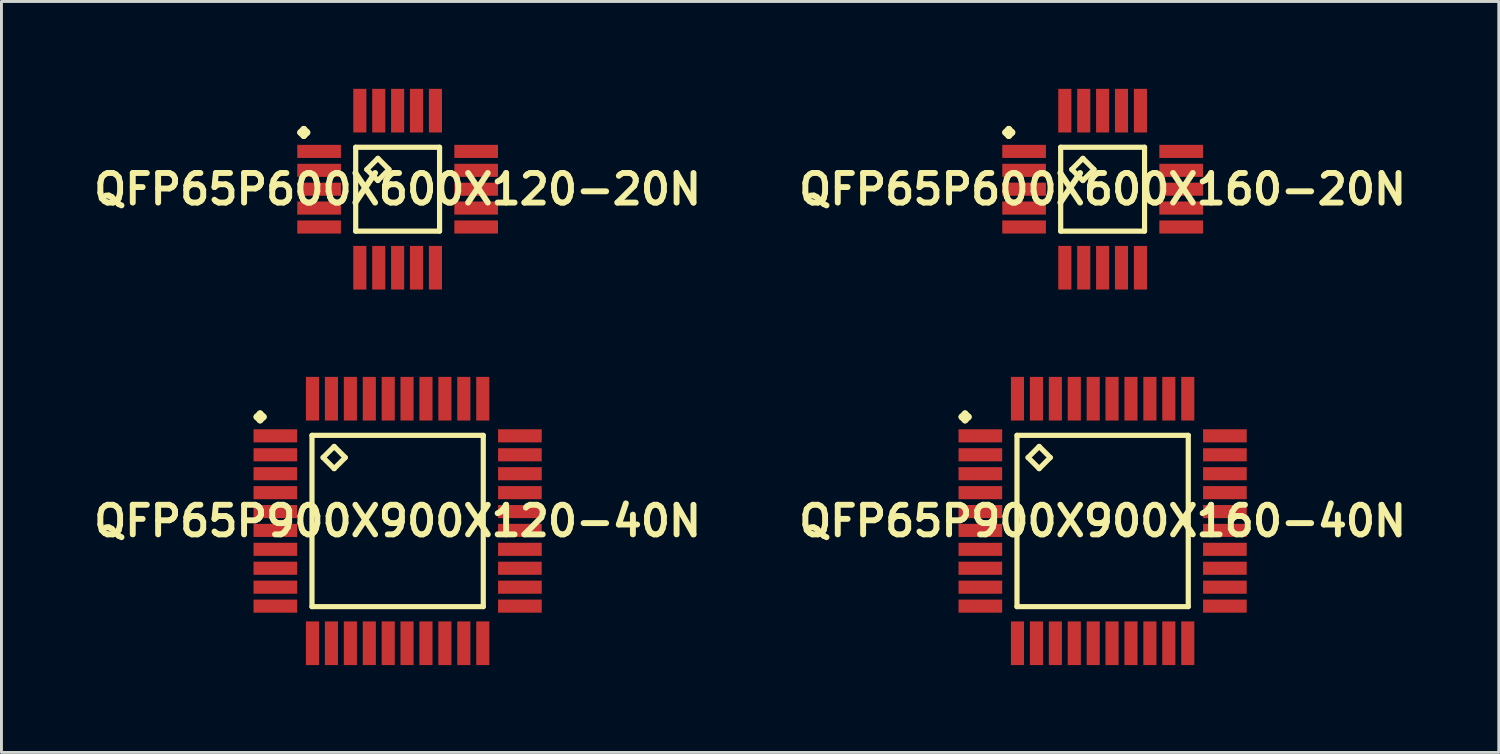
<source format=kicad_pcb>
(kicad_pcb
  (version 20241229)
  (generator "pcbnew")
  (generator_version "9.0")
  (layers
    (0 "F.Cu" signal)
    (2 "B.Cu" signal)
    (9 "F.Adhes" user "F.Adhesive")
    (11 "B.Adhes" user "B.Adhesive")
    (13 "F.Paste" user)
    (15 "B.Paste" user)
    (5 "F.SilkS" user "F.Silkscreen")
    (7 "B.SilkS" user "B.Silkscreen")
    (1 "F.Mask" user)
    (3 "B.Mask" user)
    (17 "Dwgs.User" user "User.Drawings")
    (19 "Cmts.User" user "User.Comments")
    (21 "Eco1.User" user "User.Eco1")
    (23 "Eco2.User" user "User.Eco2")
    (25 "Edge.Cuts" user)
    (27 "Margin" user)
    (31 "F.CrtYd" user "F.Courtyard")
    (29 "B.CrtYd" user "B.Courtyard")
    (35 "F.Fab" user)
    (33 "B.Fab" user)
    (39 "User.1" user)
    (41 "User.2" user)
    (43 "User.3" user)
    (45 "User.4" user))
  (footprint "QFP65P900X900X160-40N"
    (layer "F.Cu")
    (at 34.815 14.841)
    (property "Reference" "QFP65P900X900X160-40N" (at 0 0 0) (layer "F.SilkS") (effects (font (size 1.016 1.016) (thickness 0.203))))
    (attr smd)
    (fp_line (start -4.836 -3.574) (end -4.724 -3.686) (stroke (width 0.224) (type solid)) (layer "F.SilkS"))
    (fp_line (start -4.724 -3.686) (end -4.61 -3.574) (stroke (width 0.224) (type solid)) (layer "F.SilkS"))
    (fp_line (start -4.724 -3.462) (end -4.836 -3.574) (stroke (width 0.224) (type solid)) (layer "F.SilkS"))
    (fp_line (start -4.61 -3.574) (end -4.724 -3.462) (stroke (width 0.224) (type solid)) (layer "F.SilkS"))
    (fp_line (start -2.941 -2.941) (end -2.941 2.941) (stroke (width 0.178) (type solid)) (layer "F.SilkS"))
    (fp_line (start -2.941 2.941) (end 2.941 2.941) (stroke (width 0.178) (type solid)) (layer "F.SilkS"))
    (fp_line (start -2.56 -2.179) (end -2.179 -2.56) (stroke (width 0.178) (type solid)) (layer "F.SilkS"))
    (fp_line (start -2.179 -2.56) (end -1.798 -2.179) (stroke (width 0.178) (type solid)) (layer "F.SilkS"))
    (fp_line (start -2.179 -1.798) (end -2.56 -2.179) (stroke (width 0.178) (type solid)) (layer "F.SilkS"))
    (fp_line (start -1.798 -2.179) (end -2.179 -1.798) (stroke (width 0.178) (type solid)) (layer "F.SilkS"))
    (fp_line (start 2.941 -2.941) (end -2.941 -2.941) (stroke (width 0.178) (type solid)) (layer "F.SilkS"))
    (fp_line (start 2.941 2.941) (end 2.941 -2.941) (stroke (width 0.178) (type solid)) (layer "F.SilkS"))
    (pad "1" smd rect (at -4.199 -2.924) (size 1.499 0.45) (layers "F.Cu" "F.Mask" "F.Paste"))
    (pad "2" smd rect (at -4.199 -2.273) (size 1.499 0.45) (layers "F.Cu" "F.Mask" "F.Paste"))
    (pad "3" smd rect (at -4.199 -1.623) (size 1.499 0.45) (layers "F.Cu" "F.Mask" "F.Paste"))
    (pad "4" smd rect (at -4.199 -0.973) (size 1.499 0.45) (layers "F.Cu" "F.Mask" "F.Paste"))
    (pad "5" smd rect (at -4.199 -0.323) (size 1.499 0.45) (layers "F.Cu" "F.Mask" "F.Paste"))
    (pad "6" smd rect (at -4.199 0.323) (size 1.499 0.45) (layers "F.Cu" "F.Mask" "F.Paste"))
    (pad "7" smd rect (at -4.199 0.973) (size 1.499 0.45) (layers "F.Cu" "F.Mask" "F.Paste"))
    (pad "8" smd rect (at -4.199 1.623) (size 1.499 0.45) (layers "F.Cu" "F.Mask" "F.Paste"))
    (pad "9" smd rect (at -4.199 2.273) (size 1.499 0.45) (layers "F.Cu" "F.Mask" "F.Paste"))
    (pad "10" smd rect (at -4.199 2.924) (size 1.499 0.45) (layers "F.Cu" "F.Mask" "F.Paste"))
    (pad "11" smd rect (at -2.924 4.199) (size 0.45 1.499) (layers "F.Cu" "F.Mask" "F.Paste"))
    (pad "12" smd rect (at -2.273 4.199) (size 0.45 1.499) (layers "F.Cu" "F.Mask" "F.Paste"))
    (pad "13" smd rect (at -1.623 4.199) (size 0.45 1.499) (layers "F.Cu" "F.Mask" "F.Paste"))
    (pad "14" smd rect (at -0.973 4.199) (size 0.45 1.499) (layers "F.Cu" "F.Mask" "F.Paste"))
    (pad "15" smd rect (at -0.323 4.199) (size 0.45 1.499) (layers "F.Cu" "F.Mask" "F.Paste"))
    (pad "16" smd rect (at 0.323 4.199) (size 0.45 1.499) (layers "F.Cu" "F.Mask" "F.Paste"))
    (pad "17" smd rect (at 0.973 4.199) (size 0.45 1.499) (layers "F.Cu" "F.Mask" "F.Paste"))
    (pad "18" smd rect (at 1.623 4.199) (size 0.45 1.499) (layers "F.Cu" "F.Mask" "F.Paste"))
    (pad "19" smd rect (at 2.273 4.199) (size 0.45 1.499) (layers "F.Cu" "F.Mask" "F.Paste"))
    (pad "20" smd rect (at 2.924 4.199) (size 0.45 1.499) (layers "F.Cu" "F.Mask" "F.Paste"))
    (pad "21" smd rect (at 4.199 2.924) (size 1.499 0.45) (layers "F.Cu" "F.Mask" "F.Paste"))
    (pad "22" smd rect (at 4.199 2.273) (size 1.499 0.45) (layers "F.Cu" "F.Mask" "F.Paste"))
    (pad "23" smd rect (at 4.199 1.623) (size 1.499 0.45) (layers "F.Cu" "F.Mask" "F.Paste"))
    (pad "24" smd rect (at 4.199 0.973) (size 1.499 0.45) (layers "F.Cu" "F.Mask" "F.Paste"))
    (pad "25" smd rect (at 4.199 0.323) (size 1.499 0.45) (layers "F.Cu" "F.Mask" "F.Paste"))
    (pad "26" smd rect (at 4.199 -0.323) (size 1.499 0.45) (layers "F.Cu" "F.Mask" "F.Paste"))
    (pad "27" smd rect (at 4.199 -0.973) (size 1.499 0.45) (layers "F.Cu" "F.Mask" "F.Paste"))
    (pad "28" smd rect (at 4.199 -1.623) (size 1.499 0.45) (layers "F.Cu" "F.Mask" "F.Paste"))
    (pad "29" smd rect (at 4.199 -2.273) (size 1.499 0.45) (layers "F.Cu" "F.Mask" "F.Paste"))
    (pad "30" smd rect (at 4.199 -2.924) (size 1.499 0.45) (layers "F.Cu" "F.Mask" "F.Paste"))
    (pad "31" smd rect (at 2.924 -4.199) (size 0.45 1.499) (layers "F.Cu" "F.Mask" "F.Paste"))
    (pad "32" smd rect (at 2.273 -4.199) (size 0.45 1.499) (layers "F.Cu" "F.Mask" "F.Paste"))
    (pad "33" smd rect (at 1.623 -4.199) (size 0.45 1.499) (layers "F.Cu" "F.Mask" "F.Paste"))
    (pad "34" smd rect (at 0.973 -4.199) (size 0.45 1.499) (layers "F.Cu" "F.Mask" "F.Paste"))
    (pad "35" smd rect (at 0.323 -4.199) (size 0.45 1.499) (layers "F.Cu" "F.Mask" "F.Paste"))
    (pad "36" smd rect (at -0.323 -4.199) (size 0.45 1.499) (layers "F.Cu" "F.Mask" "F.Paste"))
    (pad "37" smd rect (at -0.973 -4.199) (size 0.45 1.499) (layers "F.Cu" "F.Mask" "F.Paste"))
    (pad "38" smd rect (at -1.623 -4.199) (size 0.45 1.499) (layers "F.Cu" "F.Mask" "F.Paste"))
    (pad "39" smd rect (at -2.273 -4.199) (size 0.45 1.499) (layers "F.Cu" "F.Mask" "F.Paste"))
    (pad "40" smd rect (at -2.924 -4.199) (size 0.45 1.499) (layers "F.Cu" "F.Mask" "F.Paste")))
  (footprint "QFP65P900X900X120-40N"
    (layer "F.Cu")
    (at 10.605 14.841)
    (property "Reference" "QFP65P900X900X120-40N" (at 0 0 0) (layer "F.SilkS") (effects (font (size 1.016 1.016) (thickness 0.203))))
    (attr smd)
    (fp_line (start -4.836 -3.574) (end -4.724 -3.686) (stroke (width 0.224) (type solid)) (layer "F.SilkS"))
    (fp_line (start -4.724 -3.686) (end -4.61 -3.574) (stroke (width 0.224) (type solid)) (layer "F.SilkS"))
    (fp_line (start -4.724 -3.462) (end -4.836 -3.574) (stroke (width 0.224) (type solid)) (layer "F.SilkS"))
    (fp_line (start -4.61 -3.574) (end -4.724 -3.462) (stroke (width 0.224) (type solid)) (layer "F.SilkS"))
    (fp_line (start -2.941 -2.941) (end -2.941 2.941) (stroke (width 0.178) (type solid)) (layer "F.SilkS"))
    (fp_line (start -2.941 2.941) (end 2.941 2.941) (stroke (width 0.178) (type solid)) (layer "F.SilkS"))
    (fp_line (start -2.56 -2.179) (end -2.179 -2.56) (stroke (width 0.178) (type solid)) (layer "F.SilkS"))
    (fp_line (start -2.179 -2.56) (end -1.798 -2.179) (stroke (width 0.178) (type solid)) (layer "F.SilkS"))
    (fp_line (start -2.179 -1.798) (end -2.56 -2.179) (stroke (width 0.178) (type solid)) (layer "F.SilkS"))
    (fp_line (start -1.798 -2.179) (end -2.179 -1.798) (stroke (width 0.178) (type solid)) (layer "F.SilkS"))
    (fp_line (start 2.941 -2.941) (end -2.941 -2.941) (stroke (width 0.178) (type solid)) (layer "F.SilkS"))
    (fp_line (start 2.941 2.941) (end 2.941 -2.941) (stroke (width 0.178) (type solid)) (layer "F.SilkS"))
    (pad "1" smd rect (at -4.199 -2.924) (size 1.499 0.45) (layers "F.Cu" "F.Mask" "F.Paste"))
    (pad "2" smd rect (at -4.199 -2.273) (size 1.499 0.45) (layers "F.Cu" "F.Mask" "F.Paste"))
    (pad "3" smd rect (at -4.199 -1.623) (size 1.499 0.45) (layers "F.Cu" "F.Mask" "F.Paste"))
    (pad "4" smd rect (at -4.199 -0.973) (size 1.499 0.45) (layers "F.Cu" "F.Mask" "F.Paste"))
    (pad "5" smd rect (at -4.199 -0.323) (size 1.499 0.45) (layers "F.Cu" "F.Mask" "F.Paste"))
    (pad "6" smd rect (at -4.199 0.323) (size 1.499 0.45) (layers "F.Cu" "F.Mask" "F.Paste"))
    (pad "7" smd rect (at -4.199 0.973) (size 1.499 0.45) (layers "F.Cu" "F.Mask" "F.Paste"))
    (pad "8" smd rect (at -4.199 1.623) (size 1.499 0.45) (layers "F.Cu" "F.Mask" "F.Paste"))
    (pad "9" smd rect (at -4.199 2.273) (size 1.499 0.45) (layers "F.Cu" "F.Mask" "F.Paste"))
    (pad "10" smd rect (at -4.199 2.924) (size 1.499 0.45) (layers "F.Cu" "F.Mask" "F.Paste"))
    (pad "11" smd rect (at -2.924 4.199) (size 0.45 1.499) (layers "F.Cu" "F.Mask" "F.Paste"))
    (pad "12" smd rect (at -2.273 4.199) (size 0.45 1.499) (layers "F.Cu" "F.Mask" "F.Paste"))
    (pad "13" smd rect (at -1.623 4.199) (size 0.45 1.499) (layers "F.Cu" "F.Mask" "F.Paste"))
    (pad "14" smd rect (at -0.973 4.199) (size 0.45 1.499) (layers "F.Cu" "F.Mask" "F.Paste"))
    (pad "15" smd rect (at -0.323 4.199) (size 0.45 1.499) (layers "F.Cu" "F.Mask" "F.Paste"))
    (pad "16" smd rect (at 0.323 4.199) (size 0.45 1.499) (layers "F.Cu" "F.Mask" "F.Paste"))
    (pad "17" smd rect (at 0.973 4.199) (size 0.45 1.499) (layers "F.Cu" "F.Mask" "F.Paste"))
    (pad "18" smd rect (at 1.623 4.199) (size 0.45 1.499) (layers "F.Cu" "F.Mask" "F.Paste"))
    (pad "19" smd rect (at 2.273 4.199) (size 0.45 1.499) (layers "F.Cu" "F.Mask" "F.Paste"))
    (pad "20" smd rect (at 2.924 4.199) (size 0.45 1.499) (layers "F.Cu" "F.Mask" "F.Paste"))
    (pad "21" smd rect (at 4.199 2.924) (size 1.499 0.45) (layers "F.Cu" "F.Mask" "F.Paste"))
    (pad "22" smd rect (at 4.199 2.273) (size 1.499 0.45) (layers "F.Cu" "F.Mask" "F.Paste"))
    (pad "23" smd rect (at 4.199 1.623) (size 1.499 0.45) (layers "F.Cu" "F.Mask" "F.Paste"))
    (pad "24" smd rect (at 4.199 0.973) (size 1.499 0.45) (layers "F.Cu" "F.Mask" "F.Paste"))
    (pad "25" smd rect (at 4.199 0.323) (size 1.499 0.45) (layers "F.Cu" "F.Mask" "F.Paste"))
    (pad "26" smd rect (at 4.199 -0.323) (size 1.499 0.45) (layers "F.Cu" "F.Mask" "F.Paste"))
    (pad "27" smd rect (at 4.199 -0.973) (size 1.499 0.45) (layers "F.Cu" "F.Mask" "F.Paste"))
    (pad "28" smd rect (at 4.199 -1.623) (size 1.499 0.45) (layers "F.Cu" "F.Mask" "F.Paste"))
    (pad "29" smd rect (at 4.199 -2.273) (size 1.499 0.45) (layers "F.Cu" "F.Mask" "F.Paste"))
    (pad "30" smd rect (at 4.199 -2.924) (size 1.499 0.45) (layers "F.Cu" "F.Mask" "F.Paste"))
    (pad "31" smd rect (at 2.924 -4.199) (size 0.45 1.499) (layers "F.Cu" "F.Mask" "F.Paste"))
    (pad "32" smd rect (at 2.273 -4.199) (size 0.45 1.499) (layers "F.Cu" "F.Mask" "F.Paste"))
    (pad "33" smd rect (at 1.623 -4.199) (size 0.45 1.499) (layers "F.Cu" "F.Mask" "F.Paste"))
    (pad "34" smd rect (at 0.973 -4.199) (size 0.45 1.499) (layers "F.Cu" "F.Mask" "F.Paste"))
    (pad "35" smd rect (at 0.323 -4.199) (size 0.45 1.499) (layers "F.Cu" "F.Mask" "F.Paste"))
    (pad "36" smd rect (at -0.323 -4.199) (size 0.45 1.499) (layers "F.Cu" "F.Mask" "F.Paste"))
    (pad "37" smd rect (at -0.973 -4.199) (size 0.45 1.499) (layers "F.Cu" "F.Mask" "F.Paste"))
    (pad "38" smd rect (at -1.623 -4.199) (size 0.45 1.499) (layers "F.Cu" "F.Mask" "F.Paste"))
    (pad "39" smd rect (at -2.273 -4.199) (size 0.45 1.499) (layers "F.Cu" "F.Mask" "F.Paste"))
    (pad "40" smd rect (at -2.924 -4.199) (size 0.45 1.499) (layers "F.Cu" "F.Mask" "F.Paste")))
  (footprint "QFP65P600X600X160-20N"
    (layer "F.Cu")
    (at 34.815 3.447)
    (property "Reference" "QFP65P600X600X160-20N" (at 0 0 0) (layer "F.SilkS") (effects (font (size 1.016 1.016) (thickness 0.203))))
    (attr smd)
    (fp_line (start -3.335 -1.948) (end -3.223 -2.062) (stroke (width 0.224) (type solid)) (layer "F.SilkS"))
    (fp_line (start -3.223 -2.062) (end -3.111 -1.948) (stroke (width 0.224) (type solid)) (layer "F.SilkS"))
    (fp_line (start -3.223 -1.836) (end -3.335 -1.948) (stroke (width 0.224) (type solid)) (layer "F.SilkS"))
    (fp_line (start -3.111 -1.948) (end -3.223 -1.836) (stroke (width 0.224) (type solid)) (layer "F.SilkS"))
    (fp_line (start -1.44 -1.44) (end -1.44 1.44) (stroke (width 0.178) (type solid)) (layer "F.SilkS"))
    (fp_line (start -1.44 1.44) (end 1.44 1.44) (stroke (width 0.178) (type solid)) (layer "F.SilkS"))
    (fp_line (start -1.059 -0.678) (end -0.678 -1.059) (stroke (width 0.178) (type solid)) (layer "F.SilkS"))
    (fp_line (start -0.678 -1.059) (end -0.297 -0.678) (stroke (width 0.178) (type solid)) (layer "F.SilkS"))
    (fp_line (start -0.678 -0.297) (end -1.059 -0.678) (stroke (width 0.178) (type solid)) (layer "F.SilkS"))
    (fp_line (start -0.297 -0.678) (end -0.678 -0.297) (stroke (width 0.178) (type solid)) (layer "F.SilkS"))
    (fp_line (start 1.44 -1.44) (end -1.44 -1.44) (stroke (width 0.178) (type solid)) (layer "F.SilkS"))
    (fp_line (start 1.44 1.44) (end 1.44 -1.44) (stroke (width 0.178) (type solid)) (layer "F.SilkS"))
    (pad "1" smd rect (at -2.697 -1.298) (size 1.499 0.45) (layers "F.Cu" "F.Mask" "F.Paste"))
    (pad "2" smd rect (at -2.697 -0.648) (size 1.499 0.45) (layers "F.Cu" "F.Mask" "F.Paste"))
    (pad "3" smd rect (at -2.697 0) (size 1.499 0.45) (layers "F.Cu" "F.Mask" "F.Paste"))
    (pad "4" smd rect (at -2.697 0.648) (size 1.499 0.45) (layers "F.Cu" "F.Mask" "F.Paste"))
    (pad "5" smd rect (at -2.697 1.298) (size 1.499 0.45) (layers "F.Cu" "F.Mask" "F.Paste"))
    (pad "6" smd rect (at -1.298 2.697) (size 0.45 1.499) (layers "F.Cu" "F.Mask" "F.Paste"))
    (pad "7" smd rect (at -0.648 2.697) (size 0.45 1.499) (layers "F.Cu" "F.Mask" "F.Paste"))
    (pad "8" smd rect (at 0 2.697) (size 0.45 1.499) (layers "F.Cu" "F.Mask" "F.Paste"))
    (pad "9" smd rect (at 0.648 2.697) (size 0.45 1.499) (layers "F.Cu" "F.Mask" "F.Paste"))
    (pad "10" smd rect (at 1.298 2.697) (size 0.45 1.499) (layers "F.Cu" "F.Mask" "F.Paste"))
    (pad "11" smd rect (at 2.697 1.298) (size 1.499 0.45) (layers "F.Cu" "F.Mask" "F.Paste"))
    (pad "12" smd rect (at 2.697 0.648) (size 1.499 0.45) (layers "F.Cu" "F.Mask" "F.Paste"))
    (pad "13" smd rect (at 2.697 0) (size 1.499 0.45) (layers "F.Cu" "F.Mask" "F.Paste"))
    (pad "14" smd rect (at 2.697 -0.648) (size 1.499 0.45) (layers "F.Cu" "F.Mask" "F.Paste"))
    (pad "15" smd rect (at 2.697 -1.298) (size 1.499 0.45) (layers "F.Cu" "F.Mask" "F.Paste"))
    (pad "16" smd rect (at 1.298 -2.697) (size 0.45 1.499) (layers "F.Cu" "F.Mask" "F.Paste"))
    (pad "17" smd rect (at 0.648 -2.697) (size 0.45 1.499) (layers "F.Cu" "F.Mask" "F.Paste"))
    (pad "18" smd rect (at 0 -2.697) (size 0.45 1.499) (layers "F.Cu" "F.Mask" "F.Paste"))
    (pad "19" smd rect (at -0.648 -2.697) (size 0.45 1.499) (layers "F.Cu" "F.Mask" "F.Paste"))
    (pad "20" smd rect (at -1.298 -2.697) (size 0.45 1.499) (layers "F.Cu" "F.Mask" "F.Paste")))
  (footprint "QFP65P600X600X120-20N"
    (layer "F.Cu")
    (at 10.605 3.447)
    (property "Reference" "QFP65P600X600X120-20N" (at 0 0 0) (layer "F.SilkS") (effects (font (size 1.016 1.016) (thickness 0.203))))
    (attr smd)
    (fp_line (start -3.335 -1.948) (end -3.223 -2.062) (stroke (width 0.224) (type solid)) (layer "F.SilkS"))
    (fp_line (start -3.223 -2.062) (end -3.111 -1.948) (stroke (width 0.224) (type solid)) (layer "F.SilkS"))
    (fp_line (start -3.223 -1.836) (end -3.335 -1.948) (stroke (width 0.224) (type solid)) (layer "F.SilkS"))
    (fp_line (start -3.111 -1.948) (end -3.223 -1.836) (stroke (width 0.224) (type solid)) (layer "F.SilkS"))
    (fp_line (start -1.44 -1.44) (end -1.44 1.44) (stroke (width 0.178) (type solid)) (layer "F.SilkS"))
    (fp_line (start -1.44 1.44) (end 1.44 1.44) (stroke (width 0.178) (type solid)) (layer "F.SilkS"))
    (fp_line (start -1.059 -0.678) (end -0.678 -1.059) (stroke (width 0.178) (type solid)) (layer "F.SilkS"))
    (fp_line (start -0.678 -1.059) (end -0.297 -0.678) (stroke (width 0.178) (type solid)) (layer "F.SilkS"))
    (fp_line (start -0.678 -0.297) (end -1.059 -0.678) (stroke (width 0.178) (type solid)) (layer "F.SilkS"))
    (fp_line (start -0.297 -0.678) (end -0.678 -0.297) (stroke (width 0.178) (type solid)) (layer "F.SilkS"))
    (fp_line (start 1.44 -1.44) (end -1.44 -1.44) (stroke (width 0.178) (type solid)) (layer "F.SilkS"))
    (fp_line (start 1.44 1.44) (end 1.44 -1.44) (stroke (width 0.178) (type solid)) (layer "F.SilkS"))
    (pad "1" smd rect (at -2.697 -1.298) (size 1.499 0.45) (layers "F.Cu" "F.Mask" "F.Paste"))
    (pad "2" smd rect (at -2.697 -0.648) (size 1.499 0.45) (layers "F.Cu" "F.Mask" "F.Paste"))
    (pad "3" smd rect (at -2.697 0) (size 1.499 0.45) (layers "F.Cu" "F.Mask" "F.Paste"))
    (pad "4" smd rect (at -2.697 0.648) (size 1.499 0.45) (layers "F.Cu" "F.Mask" "F.Paste"))
    (pad "5" smd rect (at -2.697 1.298) (size 1.499 0.45) (layers "F.Cu" "F.Mask" "F.Paste"))
    (pad "6" smd rect (at -1.298 2.697) (size 0.45 1.499) (layers "F.Cu" "F.Mask" "F.Paste"))
    (pad "7" smd rect (at -0.648 2.697) (size 0.45 1.499) (layers "F.Cu" "F.Mask" "F.Paste"))
    (pad "8" smd rect (at 0 2.697) (size 0.45 1.499) (layers "F.Cu" "F.Mask" "F.Paste"))
    (pad "9" smd rect (at 0.648 2.697) (size 0.45 1.499) (layers "F.Cu" "F.Mask" "F.Paste"))
    (pad "10" smd rect (at 1.298 2.697) (size 0.45 1.499) (layers "F.Cu" "F.Mask" "F.Paste"))
    (pad "11" smd rect (at 2.697 1.298) (size 1.499 0.45) (layers "F.Cu" "F.Mask" "F.Paste"))
    (pad "12" smd rect (at 2.697 0.648) (size 1.499 0.45) (layers "F.Cu" "F.Mask" "F.Paste"))
    (pad "13" smd rect (at 2.697 0) (size 1.499 0.45) (layers "F.Cu" "F.Mask" "F.Paste"))
    (pad "14" smd rect (at 2.697 -0.648) (size 1.499 0.45) (layers "F.Cu" "F.Mask" "F.Paste"))
    (pad "15" smd rect (at 2.697 -1.298) (size 1.499 0.45) (layers "F.Cu" "F.Mask" "F.Paste"))
    (pad "16" smd rect (at 1.298 -2.697) (size 0.45 1.499) (layers "F.Cu" "F.Mask" "F.Paste"))
    (pad "17" smd rect (at 0.648 -2.697) (size 0.45 1.499) (layers "F.Cu" "F.Mask" "F.Paste"))
    (pad "18" smd rect (at 0 -2.697) (size 0.45 1.499) (layers "F.Cu" "F.Mask" "F.Paste"))
    (pad "19" smd rect (at -0.648 -2.697) (size 0.45 1.499) (layers "F.Cu" "F.Mask" "F.Paste"))
    (pad "20" smd rect (at -1.298 -2.697) (size 0.45 1.499) (layers "F.Cu" "F.Mask" "F.Paste")))
  (gr_rect
    (start -3 -3)
    (end 48.42 22.789)
    (stroke (width 0.1) (type default))
    (fill no)
    (layer "Edge.Cuts")))
</source>
